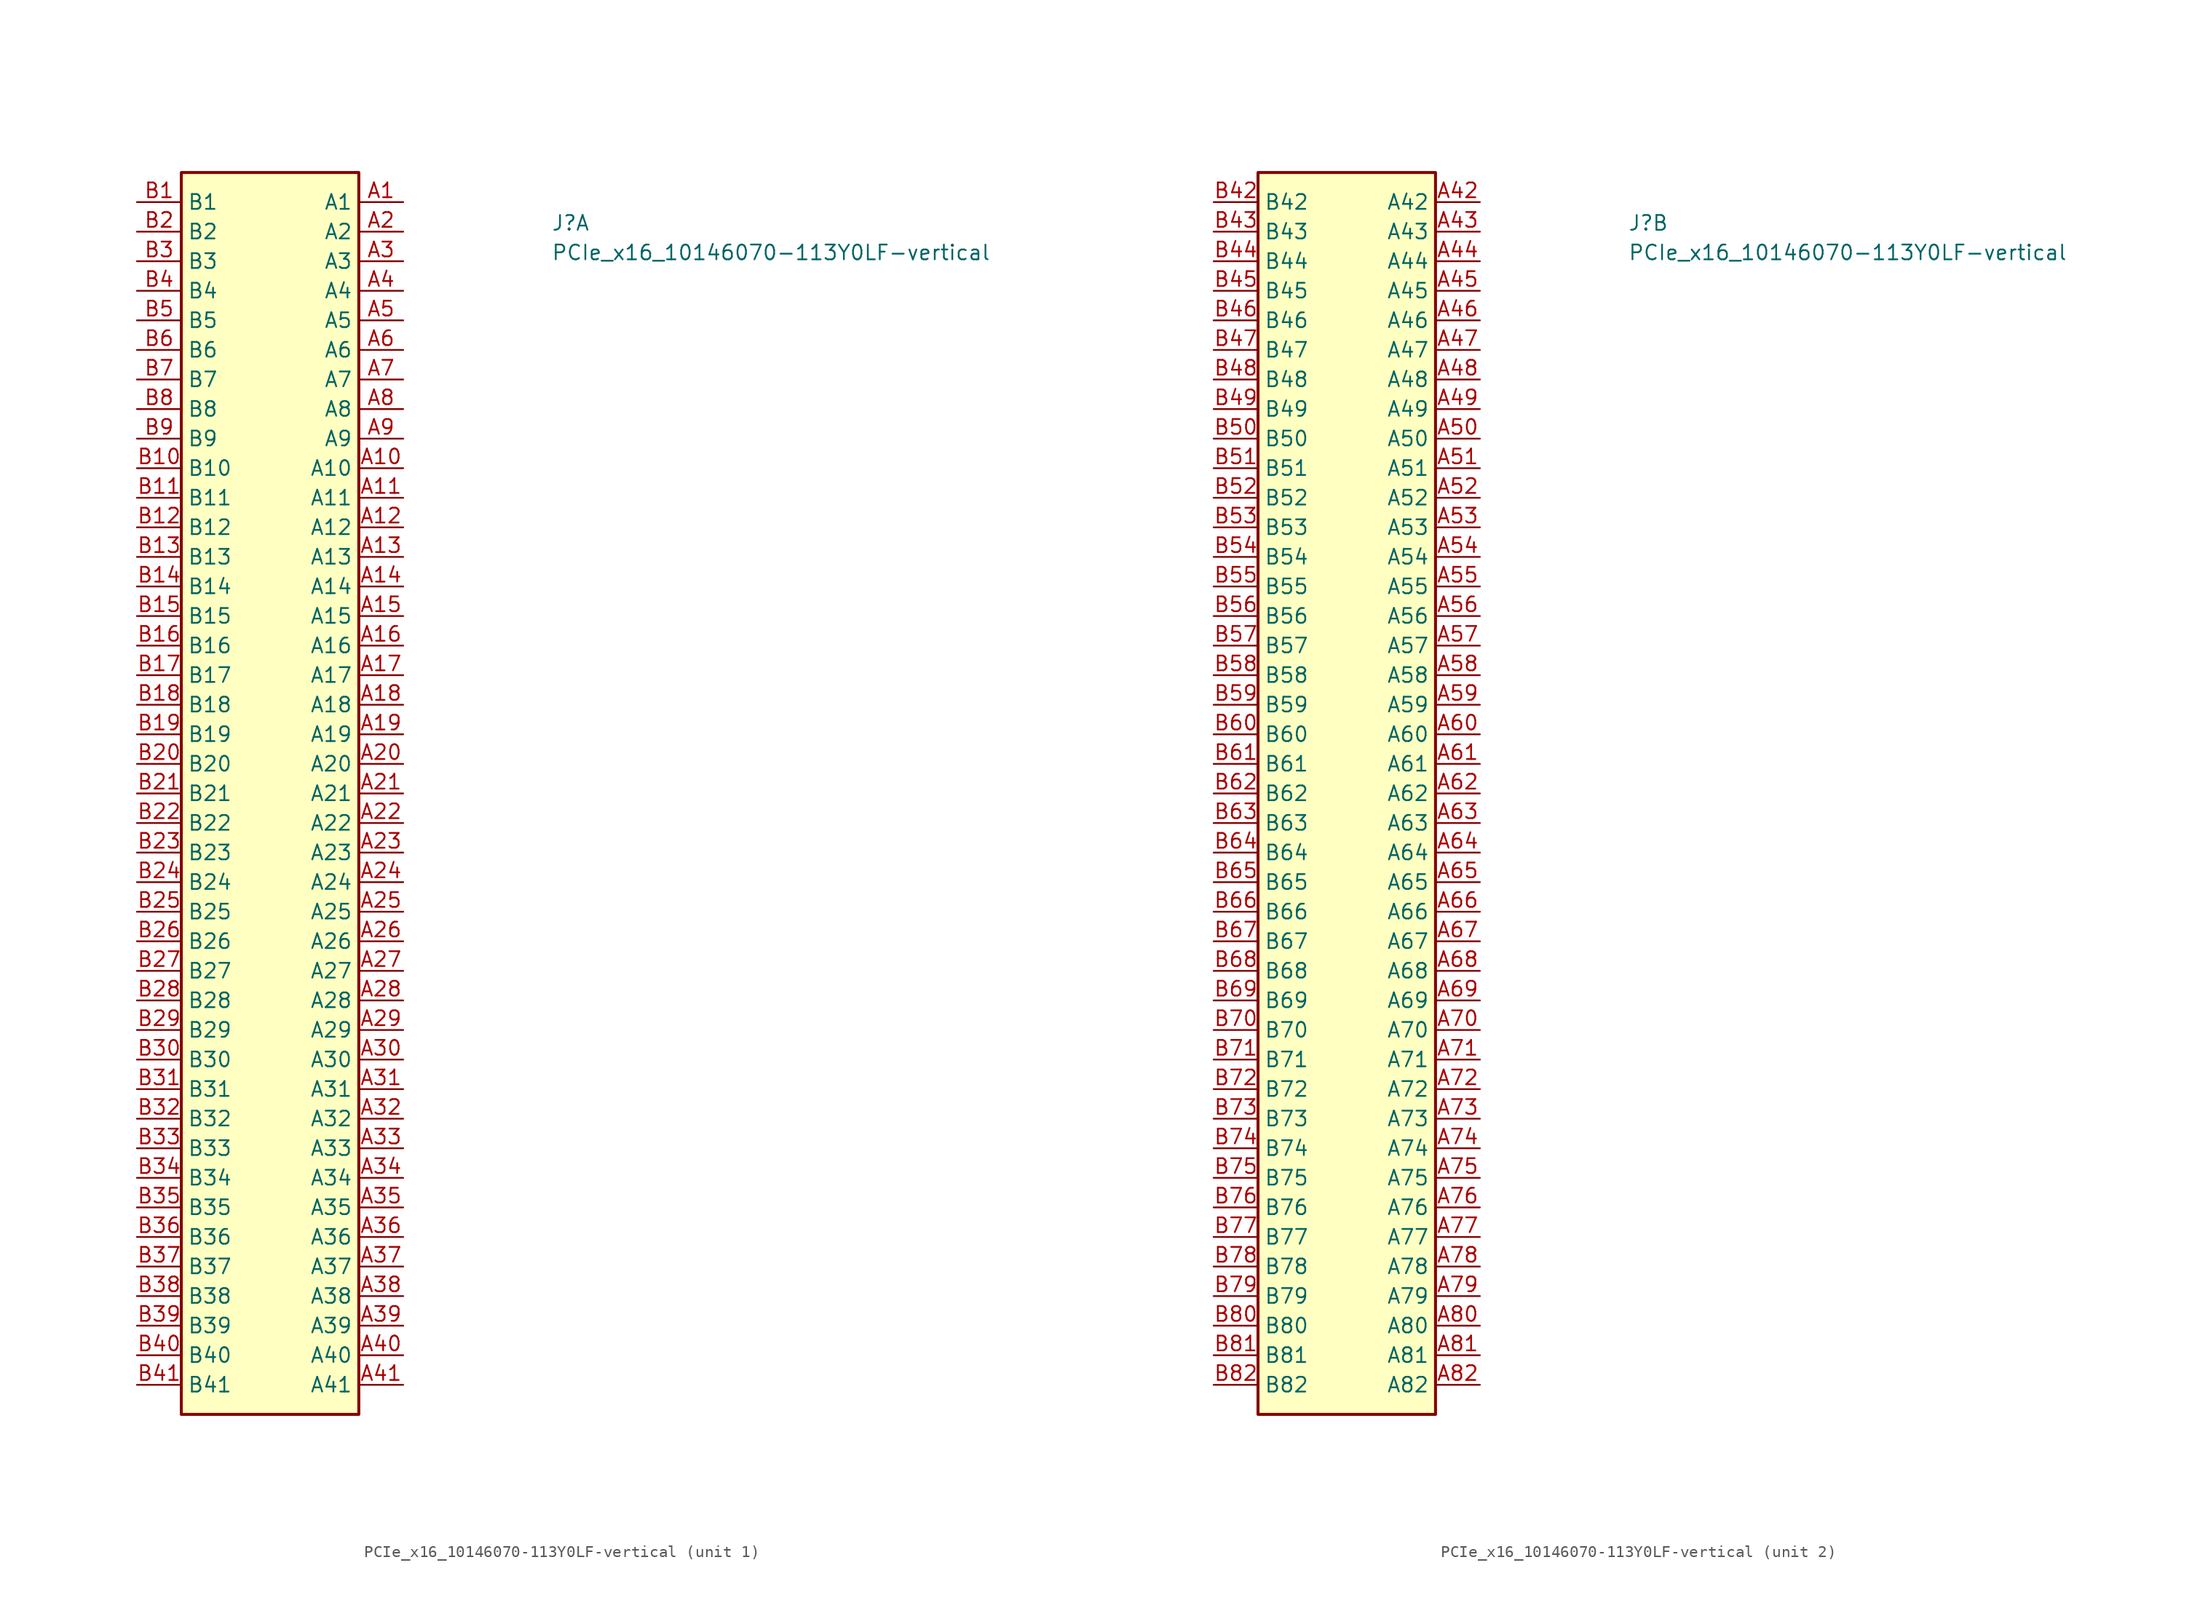
<source format=kicad_sym>
(kicad_symbol_lib
  (version 20211014)
  (generator kicad_symbol_editor)
  (symbol "PCIe_x16_10146070-113Y0LF-vertical"
    (property "Reference" "J"
      (at 35.56 -2.54 0)
      (effects (font (size 1.27 1.27) (thickness 0.15)) (justify left bottom)))
    (property "Value" "PCIe_x16_10146070-113Y0LF-vertical"
      (at 35.56 -5.08 0)
      (effects (font (size 1.27 1.27) (thickness 0.15)) (justify left bottom)))
    (symbol "PCIe_x16_10146070-113Y0LF-vertical_1_1"
      (rectangle (start 3.81 -104.14) (end 19.05 2.54) (stroke (width 0.254) (type default) (color 0 0 0 0)) (fill (type background)))
      (pin passive line (at 22.86 0 180) (length 3.81) (name "A1" (effects (font (size 1.27 1.27)))) (number "A1" (effects (font (size 1.27 1.27)))))
      (pin passive line (at 22.86 -22.86 180) (length 3.81) (name "A10" (effects (font (size 1.27 1.27)))) (number "A10" (effects (font (size 1.27 1.27)))))
      (pin passive line (at 22.86 -25.4 180) (length 3.81) (name "A11" (effects (font (size 1.27 1.27)))) (number "A11" (effects (font (size 1.27 1.27)))))
      (pin passive line (at 22.86 -27.94 180) (length 3.81) (name "A12" (effects (font (size 1.27 1.27)))) (number "A12" (effects (font (size 1.27 1.27)))))
      (pin passive line (at 22.86 -30.48 180) (length 3.81) (name "A13" (effects (font (size 1.27 1.27)))) (number "A13" (effects (font (size 1.27 1.27)))))
      (pin passive line (at 22.86 -33.02 180) (length 3.81) (name "A14" (effects (font (size 1.27 1.27)))) (number "A14" (effects (font (size 1.27 1.27)))))
      (pin passive line (at 22.86 -35.56 180) (length 3.81) (name "A15" (effects (font (size 1.27 1.27)))) (number "A15" (effects (font (size 1.27 1.27)))))
      (pin passive line (at 22.86 -38.1 180) (length 3.81) (name "A16" (effects (font (size 1.27 1.27)))) (number "A16" (effects (font (size 1.27 1.27)))))
      (pin passive line (at 22.86 -40.64 180) (length 3.81) (name "A17" (effects (font (size 1.27 1.27)))) (number "A17" (effects (font (size 1.27 1.27)))))
      (pin passive line (at 22.86 -43.18 180) (length 3.81) (name "A18" (effects (font (size 1.27 1.27)))) (number "A18" (effects (font (size 1.27 1.27)))))
      (pin passive line (at 22.86 -45.72 180) (length 3.81) (name "A19" (effects (font (size 1.27 1.27)))) (number "A19" (effects (font (size 1.27 1.27)))))
      (pin passive line (at 22.86 -2.54 180) (length 3.81) (name "A2" (effects (font (size 1.27 1.27)))) (number "A2" (effects (font (size 1.27 1.27)))))
      (pin passive line (at 22.86 -48.26 180) (length 3.81) (name "A20" (effects (font (size 1.27 1.27)))) (number "A20" (effects (font (size 1.27 1.27)))))
      (pin passive line (at 22.86 -50.8 180) (length 3.81) (name "A21" (effects (font (size 1.27 1.27)))) (number "A21" (effects (font (size 1.27 1.27)))))
      (pin passive line (at 22.86 -53.34 180) (length 3.81) (name "A22" (effects (font (size 1.27 1.27)))) (number "A22" (effects (font (size 1.27 1.27)))))
      (pin passive line (at 22.86 -55.88 180) (length 3.81) (name "A23" (effects (font (size 1.27 1.27)))) (number "A23" (effects (font (size 1.27 1.27)))))
      (pin passive line (at 22.86 -58.42 180) (length 3.81) (name "A24" (effects (font (size 1.27 1.27)))) (number "A24" (effects (font (size 1.27 1.27)))))
      (pin passive line (at 22.86 -60.96 180) (length 3.81) (name "A25" (effects (font (size 1.27 1.27)))) (number "A25" (effects (font (size 1.27 1.27)))))
      (pin passive line (at 22.86 -63.5 180) (length 3.81) (name "A26" (effects (font (size 1.27 1.27)))) (number "A26" (effects (font (size 1.27 1.27)))))
      (pin passive line (at 22.86 -66.04 180) (length 3.81) (name "A27" (effects (font (size 1.27 1.27)))) (number "A27" (effects (font (size 1.27 1.27)))))
      (pin passive line (at 22.86 -68.58 180) (length 3.81) (name "A28" (effects (font (size 1.27 1.27)))) (number "A28" (effects (font (size 1.27 1.27)))))
      (pin passive line (at 22.86 -71.12 180) (length 3.81) (name "A29" (effects (font (size 1.27 1.27)))) (number "A29" (effects (font (size 1.27 1.27)))))
      (pin passive line (at 22.86 -5.08 180) (length 3.81) (name "A3" (effects (font (size 1.27 1.27)))) (number "A3" (effects (font (size 1.27 1.27)))))
      (pin passive line (at 22.86 -73.66 180) (length 3.81) (name "A30" (effects (font (size 1.27 1.27)))) (number "A30" (effects (font (size 1.27 1.27)))))
      (pin passive line (at 22.86 -76.2 180) (length 3.81) (name "A31" (effects (font (size 1.27 1.27)))) (number "A31" (effects (font (size 1.27 1.27)))))
      (pin passive line (at 22.86 -78.74 180) (length 3.81) (name "A32" (effects (font (size 1.27 1.27)))) (number "A32" (effects (font (size 1.27 1.27)))))
      (pin passive line (at 22.86 -81.28 180) (length 3.81) (name "A33" (effects (font (size 1.27 1.27)))) (number "A33" (effects (font (size 1.27 1.27)))))
      (pin passive line (at 22.86 -83.82 180) (length 3.81) (name "A34" (effects (font (size 1.27 1.27)))) (number "A34" (effects (font (size 1.27 1.27)))))
      (pin passive line (at 22.86 -86.36 180) (length 3.81) (name "A35" (effects (font (size 1.27 1.27)))) (number "A35" (effects (font (size 1.27 1.27)))))
      (pin passive line (at 22.86 -88.9 180) (length 3.81) (name "A36" (effects (font (size 1.27 1.27)))) (number "A36" (effects (font (size 1.27 1.27)))))
      (pin passive line (at 22.86 -91.44 180) (length 3.81) (name "A37" (effects (font (size 1.27 1.27)))) (number "A37" (effects (font (size 1.27 1.27)))))
      (pin passive line (at 22.86 -93.98 180) (length 3.81) (name "A38" (effects (font (size 1.27 1.27)))) (number "A38" (effects (font (size 1.27 1.27)))))
      (pin passive line (at 22.86 -96.52 180) (length 3.81) (name "A39" (effects (font (size 1.27 1.27)))) (number "A39" (effects (font (size 1.27 1.27)))))
      (pin passive line (at 22.86 -7.62 180) (length 3.81) (name "A4" (effects (font (size 1.27 1.27)))) (number "A4" (effects (font (size 1.27 1.27)))))
      (pin passive line (at 22.86 -99.06 180) (length 3.81) (name "A40" (effects (font (size 1.27 1.27)))) (number "A40" (effects (font (size 1.27 1.27)))))
      (pin passive line (at 22.86 -101.6 180) (length 3.81) (name "A41" (effects (font (size 1.27 1.27)))) (number "A41" (effects (font (size 1.27 1.27)))))
      (pin passive line (at 22.86 -10.16 180) (length 3.81) (name "A5" (effects (font (size 1.27 1.27)))) (number "A5" (effects (font (size 1.27 1.27)))))
      (pin passive line (at 22.86 -12.7 180) (length 3.81) (name "A6" (effects (font (size 1.27 1.27)))) (number "A6" (effects (font (size 1.27 1.27)))))
      (pin passive line (at 22.86 -15.24 180) (length 3.81) (name "A7" (effects (font (size 1.27 1.27)))) (number "A7" (effects (font (size 1.27 1.27)))))
      (pin passive line (at 22.86 -17.78 180) (length 3.81) (name "A8" (effects (font (size 1.27 1.27)))) (number "A8" (effects (font (size 1.27 1.27)))))
      (pin passive line (at 22.86 -20.32 180) (length 3.81) (name "A9" (effects (font (size 1.27 1.27)))) (number "A9" (effects (font (size 1.27 1.27)))))
      (pin passive line (at 0 0 0) (length 3.81) (name "B1" (effects (font (size 1.27 1.27)))) (number "B1" (effects (font (size 1.27 1.27)))))
      (pin passive line (at 0 -22.86 0) (length 3.81) (name "B10" (effects (font (size 1.27 1.27)))) (number "B10" (effects (font (size 1.27 1.27)))))
      (pin passive line (at 0 -25.4 0) (length 3.81) (name "B11" (effects (font (size 1.27 1.27)))) (number "B11" (effects (font (size 1.27 1.27)))))
      (pin passive line (at 0 -27.94 0) (length 3.81) (name "B12" (effects (font (size 1.27 1.27)))) (number "B12" (effects (font (size 1.27 1.27)))))
      (pin passive line (at 0 -30.48 0) (length 3.81) (name "B13" (effects (font (size 1.27 1.27)))) (number "B13" (effects (font (size 1.27 1.27)))))
      (pin passive line (at 0 -33.02 0) (length 3.81) (name "B14" (effects (font (size 1.27 1.27)))) (number "B14" (effects (font (size 1.27 1.27)))))
      (pin passive line (at 0 -35.56 0) (length 3.81) (name "B15" (effects (font (size 1.27 1.27)))) (number "B15" (effects (font (size 1.27 1.27)))))
      (pin passive line (at 0 -38.1 0) (length 3.81) (name "B16" (effects (font (size 1.27 1.27)))) (number "B16" (effects (font (size 1.27 1.27)))))
      (pin passive line (at 0 -40.64 0) (length 3.81) (name "B17" (effects (font (size 1.27 1.27)))) (number "B17" (effects (font (size 1.27 1.27)))))
      (pin passive line (at 0 -43.18 0) (length 3.81) (name "B18" (effects (font (size 1.27 1.27)))) (number "B18" (effects (font (size 1.27 1.27)))))
      (pin passive line (at 0 -45.72 0) (length 3.81) (name "B19" (effects (font (size 1.27 1.27)))) (number "B19" (effects (font (size 1.27 1.27)))))
      (pin passive line (at 0 -2.54 0) (length 3.81) (name "B2" (effects (font (size 1.27 1.27)))) (number "B2" (effects (font (size 1.27 1.27)))))
      (pin passive line (at 0 -48.26 0) (length 3.81) (name "B20" (effects (font (size 1.27 1.27)))) (number "B20" (effects (font (size 1.27 1.27)))))
      (pin passive line (at 0 -50.8 0) (length 3.81) (name "B21" (effects (font (size 1.27 1.27)))) (number "B21" (effects (font (size 1.27 1.27)))))
      (pin passive line (at 0 -53.34 0) (length 3.81) (name "B22" (effects (font (size 1.27 1.27)))) (number "B22" (effects (font (size 1.27 1.27)))))
      (pin passive line (at 0 -55.88 0) (length 3.81) (name "B23" (effects (font (size 1.27 1.27)))) (number "B23" (effects (font (size 1.27 1.27)))))
      (pin passive line (at 0 -58.42 0) (length 3.81) (name "B24" (effects (font (size 1.27 1.27)))) (number "B24" (effects (font (size 1.27 1.27)))))
      (pin passive line (at 0 -60.96 0) (length 3.81) (name "B25" (effects (font (size 1.27 1.27)))) (number "B25" (effects (font (size 1.27 1.27)))))
      (pin passive line (at 0 -63.5 0) (length 3.81) (name "B26" (effects (font (size 1.27 1.27)))) (number "B26" (effects (font (size 1.27 1.27)))))
      (pin passive line (at 0 -66.04 0) (length 3.81) (name "B27" (effects (font (size 1.27 1.27)))) (number "B27" (effects (font (size 1.27 1.27)))))
      (pin passive line (at 0 -68.58 0) (length 3.81) (name "B28" (effects (font (size 1.27 1.27)))) (number "B28" (effects (font (size 1.27 1.27)))))
      (pin passive line (at 0 -71.12 0) (length 3.81) (name "B29" (effects (font (size 1.27 1.27)))) (number "B29" (effects (font (size 1.27 1.27)))))
      (pin passive line (at 0 -5.08 0) (length 3.81) (name "B3" (effects (font (size 1.27 1.27)))) (number "B3" (effects (font (size 1.27 1.27)))))
      (pin passive line (at 0 -73.66 0) (length 3.81) (name "B30" (effects (font (size 1.27 1.27)))) (number "B30" (effects (font (size 1.27 1.27)))))
      (pin passive line (at 0 -76.2 0) (length 3.81) (name "B31" (effects (font (size 1.27 1.27)))) (number "B31" (effects (font (size 1.27 1.27)))))
      (pin passive line (at 0 -78.74 0) (length 3.81) (name "B32" (effects (font (size 1.27 1.27)))) (number "B32" (effects (font (size 1.27 1.27)))))
      (pin passive line (at 0 -81.28 0) (length 3.81) (name "B33" (effects (font (size 1.27 1.27)))) (number "B33" (effects (font (size 1.27 1.27)))))
      (pin passive line (at 0 -83.82 0) (length 3.81) (name "B34" (effects (font (size 1.27 1.27)))) (number "B34" (effects (font (size 1.27 1.27)))))
      (pin passive line (at 0 -86.36 0) (length 3.81) (name "B35" (effects (font (size 1.27 1.27)))) (number "B35" (effects (font (size 1.27 1.27)))))
      (pin passive line (at 0 -88.9 0) (length 3.81) (name "B36" (effects (font (size 1.27 1.27)))) (number "B36" (effects (font (size 1.27 1.27)))))
      (pin passive line (at 0 -91.44 0) (length 3.81) (name "B37" (effects (font (size 1.27 1.27)))) (number "B37" (effects (font (size 1.27 1.27)))))
      (pin passive line (at 0 -93.98 0) (length 3.81) (name "B38" (effects (font (size 1.27 1.27)))) (number "B38" (effects (font (size 1.27 1.27)))))
      (pin passive line (at 0 -96.52 0) (length 3.81) (name "B39" (effects (font (size 1.27 1.27)))) (number "B39" (effects (font (size 1.27 1.27)))))
      (pin passive line (at 0 -7.62 0) (length 3.81) (name "B4" (effects (font (size 1.27 1.27)))) (number "B4" (effects (font (size 1.27 1.27)))))
      (pin passive line (at 0 -99.06 0) (length 3.81) (name "B40" (effects (font (size 1.27 1.27)))) (number "B40" (effects (font (size 1.27 1.27)))))
      (pin passive line (at 0 -101.6 0) (length 3.81) (name "B41" (effects (font (size 1.27 1.27)))) (number "B41" (effects (font (size 1.27 1.27)))))
      (pin passive line (at 0 -10.16 0) (length 3.81) (name "B5" (effects (font (size 1.27 1.27)))) (number "B5" (effects (font (size 1.27 1.27)))))
      (pin passive line (at 0 -12.7 0) (length 3.81) (name "B6" (effects (font (size 1.27 1.27)))) (number "B6" (effects (font (size 1.27 1.27)))))
      (pin passive line (at 0 -15.24 0) (length 3.81) (name "B7" (effects (font (size 1.27 1.27)))) (number "B7" (effects (font (size 1.27 1.27)))))
      (pin passive line (at 0 -17.78 0) (length 3.81) (name "B8" (effects (font (size 1.27 1.27)))) (number "B8" (effects (font (size 1.27 1.27)))))
      (pin passive line (at 0 -20.32 0) (length 3.81) (name "B9" (effects (font (size 1.27 1.27)))) (number "B9" (effects (font (size 1.27 1.27))))))
    (symbol "PCIe_x16_10146070-113Y0LF-vertical_2_1"
      (rectangle (start 3.81 -104.14) (end 19.05 2.54) (stroke (width 0.254) (type default) (color 0 0 0 0)) (fill (type background)))
      (pin passive line (at 22.86 0 180) (length 3.81) (name "A42" (effects (font (size 1.27 1.27)))) (number "A42" (effects (font (size 1.27 1.27)))))
      (pin passive line (at 22.86 -2.54 180) (length 3.81) (name "A43" (effects (font (size 1.27 1.27)))) (number "A43" (effects (font (size 1.27 1.27)))))
      (pin passive line (at 22.86 -5.08 180) (length 3.81) (name "A44" (effects (font (size 1.27 1.27)))) (number "A44" (effects (font (size 1.27 1.27)))))
      (pin passive line (at 22.86 -7.62 180) (length 3.81) (name "A45" (effects (font (size 1.27 1.27)))) (number "A45" (effects (font (size 1.27 1.27)))))
      (pin passive line (at 22.86 -10.16 180) (length 3.81) (name "A46" (effects (font (size 1.27 1.27)))) (number "A46" (effects (font (size 1.27 1.27)))))
      (pin passive line (at 22.86 -12.7 180) (length 3.81) (name "A47" (effects (font (size 1.27 1.27)))) (number "A47" (effects (font (size 1.27 1.27)))))
      (pin passive line (at 22.86 -15.24 180) (length 3.81) (name "A48" (effects (font (size 1.27 1.27)))) (number "A48" (effects (font (size 1.27 1.27)))))
      (pin passive line (at 22.86 -17.78 180) (length 3.81) (name "A49" (effects (font (size 1.27 1.27)))) (number "A49" (effects (font (size 1.27 1.27)))))
      (pin passive line (at 22.86 -20.32 180) (length 3.81) (name "A50" (effects (font (size 1.27 1.27)))) (number "A50" (effects (font (size 1.27 1.27)))))
      (pin passive line (at 22.86 -22.86 180) (length 3.81) (name "A51" (effects (font (size 1.27 1.27)))) (number "A51" (effects (font (size 1.27 1.27)))))
      (pin passive line (at 22.86 -25.4 180) (length 3.81) (name "A52" (effects (font (size 1.27 1.27)))) (number "A52" (effects (font (size 1.27 1.27)))))
      (pin passive line (at 22.86 -27.94 180) (length 3.81) (name "A53" (effects (font (size 1.27 1.27)))) (number "A53" (effects (font (size 1.27 1.27)))))
      (pin passive line (at 22.86 -30.48 180) (length 3.81) (name "A54" (effects (font (size 1.27 1.27)))) (number "A54" (effects (font (size 1.27 1.27)))))
      (pin passive line (at 22.86 -33.02 180) (length 3.81) (name "A55" (effects (font (size 1.27 1.27)))) (number "A55" (effects (font (size 1.27 1.27)))))
      (pin passive line (at 22.86 -35.56 180) (length 3.81) (name "A56" (effects (font (size 1.27 1.27)))) (number "A56" (effects (font (size 1.27 1.27)))))
      (pin passive line (at 22.86 -38.1 180) (length 3.81) (name "A57" (effects (font (size 1.27 1.27)))) (number "A57" (effects (font (size 1.27 1.27)))))
      (pin passive line (at 22.86 -40.64 180) (length 3.81) (name "A58" (effects (font (size 1.27 1.27)))) (number "A58" (effects (font (size 1.27 1.27)))))
      (pin passive line (at 22.86 -43.18 180) (length 3.81) (name "A59" (effects (font (size 1.27 1.27)))) (number "A59" (effects (font (size 1.27 1.27)))))
      (pin passive line (at 22.86 -45.72 180) (length 3.81) (name "A60" (effects (font (size 1.27 1.27)))) (number "A60" (effects (font (size 1.27 1.27)))))
      (pin passive line (at 22.86 -48.26 180) (length 3.81) (name "A61" (effects (font (size 1.27 1.27)))) (number "A61" (effects (font (size 1.27 1.27)))))
      (pin passive line (at 22.86 -50.8 180) (length 3.81) (name "A62" (effects (font (size 1.27 1.27)))) (number "A62" (effects (font (size 1.27 1.27)))))
      (pin passive line (at 22.86 -53.34 180) (length 3.81) (name "A63" (effects (font (size 1.27 1.27)))) (number "A63" (effects (font (size 1.27 1.27)))))
      (pin passive line (at 22.86 -55.88 180) (length 3.81) (name "A64" (effects (font (size 1.27 1.27)))) (number "A64" (effects (font (size 1.27 1.27)))))
      (pin passive line (at 22.86 -58.42 180) (length 3.81) (name "A65" (effects (font (size 1.27 1.27)))) (number "A65" (effects (font (size 1.27 1.27)))))
      (pin passive line (at 22.86 -60.96 180) (length 3.81) (name "A66" (effects (font (size 1.27 1.27)))) (number "A66" (effects (font (size 1.27 1.27)))))
      (pin passive line (at 22.86 -63.5 180) (length 3.81) (name "A67" (effects (font (size 1.27 1.27)))) (number "A67" (effects (font (size 1.27 1.27)))))
      (pin passive line (at 22.86 -66.04 180) (length 3.81) (name "A68" (effects (font (size 1.27 1.27)))) (number "A68" (effects (font (size 1.27 1.27)))))
      (pin passive line (at 22.86 -68.58 180) (length 3.81) (name "A69" (effects (font (size 1.27 1.27)))) (number "A69" (effects (font (size 1.27 1.27)))))
      (pin passive line (at 22.86 -71.12 180) (length 3.81) (name "A70" (effects (font (size 1.27 1.27)))) (number "A70" (effects (font (size 1.27 1.27)))))
      (pin passive line (at 22.86 -73.66 180) (length 3.81) (name "A71" (effects (font (size 1.27 1.27)))) (number "A71" (effects (font (size 1.27 1.27)))))
      (pin passive line (at 22.86 -76.2 180) (length 3.81) (name "A72" (effects (font (size 1.27 1.27)))) (number "A72" (effects (font (size 1.27 1.27)))))
      (pin passive line (at 22.86 -78.74 180) (length 3.81) (name "A73" (effects (font (size 1.27 1.27)))) (number "A73" (effects (font (size 1.27 1.27)))))
      (pin passive line (at 22.86 -81.28 180) (length 3.81) (name "A74" (effects (font (size 1.27 1.27)))) (number "A74" (effects (font (size 1.27 1.27)))))
      (pin passive line (at 22.86 -83.82 180) (length 3.81) (name "A75" (effects (font (size 1.27 1.27)))) (number "A75" (effects (font (size 1.27 1.27)))))
      (pin passive line (at 22.86 -86.36 180) (length 3.81) (name "A76" (effects (font (size 1.27 1.27)))) (number "A76" (effects (font (size 1.27 1.27)))))
      (pin passive line (at 22.86 -88.9 180) (length 3.81) (name "A77" (effects (font (size 1.27 1.27)))) (number "A77" (effects (font (size 1.27 1.27)))))
      (pin passive line (at 22.86 -91.44 180) (length 3.81) (name "A78" (effects (font (size 1.27 1.27)))) (number "A78" (effects (font (size 1.27 1.27)))))
      (pin passive line (at 22.86 -93.98 180) (length 3.81) (name "A79" (effects (font (size 1.27 1.27)))) (number "A79" (effects (font (size 1.27 1.27)))))
      (pin passive line (at 22.86 -96.52 180) (length 3.81) (name "A80" (effects (font (size 1.27 1.27)))) (number "A80" (effects (font (size 1.27 1.27)))))
      (pin passive line (at 22.86 -99.06 180) (length 3.81) (name "A81" (effects (font (size 1.27 1.27)))) (number "A81" (effects (font (size 1.27 1.27)))))
      (pin passive line (at 22.86 -101.6 180) (length 3.81) (name "A82" (effects (font (size 1.27 1.27)))) (number "A82" (effects (font (size 1.27 1.27)))))
      (pin passive line (at 0 0 0) (length 3.81) (name "B42" (effects (font (size 1.27 1.27)))) (number "B42" (effects (font (size 1.27 1.27)))))
      (pin passive line (at 0 -2.54 0) (length 3.81) (name "B43" (effects (font (size 1.27 1.27)))) (number "B43" (effects (font (size 1.27 1.27)))))
      (pin passive line (at 0 -5.08 0) (length 3.81) (name "B44" (effects (font (size 1.27 1.27)))) (number "B44" (effects (font (size 1.27 1.27)))))
      (pin passive line (at 0 -7.62 0) (length 3.81) (name "B45" (effects (font (size 1.27 1.27)))) (number "B45" (effects (font (size 1.27 1.27)))))
      (pin passive line (at 0 -10.16 0) (length 3.81) (name "B46" (effects (font (size 1.27 1.27)))) (number "B46" (effects (font (size 1.27 1.27)))))
      (pin passive line (at 0 -12.7 0) (length 3.81) (name "B47" (effects (font (size 1.27 1.27)))) (number "B47" (effects (font (size 1.27 1.27)))))
      (pin passive line (at 0 -15.24 0) (length 3.81) (name "B48" (effects (font (size 1.27 1.27)))) (number "B48" (effects (font (size 1.27 1.27)))))
      (pin passive line (at 0 -17.78 0) (length 3.81) (name "B49" (effects (font (size 1.27 1.27)))) (number "B49" (effects (font (size 1.27 1.27)))))
      (pin passive line (at 0 -20.32 0) (length 3.81) (name "B50" (effects (font (size 1.27 1.27)))) (number "B50" (effects (font (size 1.27 1.27)))))
      (pin passive line (at 0 -22.86 0) (length 3.81) (name "B51" (effects (font (size 1.27 1.27)))) (number "B51" (effects (font (size 1.27 1.27)))))
      (pin passive line (at 0 -25.4 0) (length 3.81) (name "B52" (effects (font (size 1.27 1.27)))) (number "B52" (effects (font (size 1.27 1.27)))))
      (pin passive line (at 0 -27.94 0) (length 3.81) (name "B53" (effects (font (size 1.27 1.27)))) (number "B53" (effects (font (size 1.27 1.27)))))
      (pin passive line (at 0 -30.48 0) (length 3.81) (name "B54" (effects (font (size 1.27 1.27)))) (number "B54" (effects (font (size 1.27 1.27)))))
      (pin passive line (at 0 -33.02 0) (length 3.81) (name "B55" (effects (font (size 1.27 1.27)))) (number "B55" (effects (font (size 1.27 1.27)))))
      (pin passive line (at 0 -35.56 0) (length 3.81) (name "B56" (effects (font (size 1.27 1.27)))) (number "B56" (effects (font (size 1.27 1.27)))))
      (pin passive line (at 0 -38.1 0) (length 3.81) (name "B57" (effects (font (size 1.27 1.27)))) (number "B57" (effects (font (size 1.27 1.27)))))
      (pin passive line (at 0 -40.64 0) (length 3.81) (name "B58" (effects (font (size 1.27 1.27)))) (number "B58" (effects (font (size 1.27 1.27)))))
      (pin passive line (at 0 -43.18 0) (length 3.81) (name "B59" (effects (font (size 1.27 1.27)))) (number "B59" (effects (font (size 1.27 1.27)))))
      (pin passive line (at 0 -45.72 0) (length 3.81) (name "B60" (effects (font (size 1.27 1.27)))) (number "B60" (effects (font (size 1.27 1.27)))))
      (pin passive line (at 0 -48.26 0) (length 3.81) (name "B61" (effects (font (size 1.27 1.27)))) (number "B61" (effects (font (size 1.27 1.27)))))
      (pin passive line (at 0 -50.8 0) (length 3.81) (name "B62" (effects (font (size 1.27 1.27)))) (number "B62" (effects (font (size 1.27 1.27)))))
      (pin passive line (at 0 -53.34 0) (length 3.81) (name "B63" (effects (font (size 1.27 1.27)))) (number "B63" (effects (font (size 1.27 1.27)))))
      (pin passive line (at 0 -55.88 0) (length 3.81) (name "B64" (effects (font (size 1.27 1.27)))) (number "B64" (effects (font (size 1.27 1.27)))))
      (pin passive line (at 0 -58.42 0) (length 3.81) (name "B65" (effects (font (size 1.27 1.27)))) (number "B65" (effects (font (size 1.27 1.27)))))
      (pin passive line (at 0 -60.96 0) (length 3.81) (name "B66" (effects (font (size 1.27 1.27)))) (number "B66" (effects (font (size 1.27 1.27)))))
      (pin passive line (at 0 -63.5 0) (length 3.81) (name "B67" (effects (font (size 1.27 1.27)))) (number "B67" (effects (font (size 1.27 1.27)))))
      (pin passive line (at 0 -66.04 0) (length 3.81) (name "B68" (effects (font (size 1.27 1.27)))) (number "B68" (effects (font (size 1.27 1.27)))))
      (pin passive line (at 0 -68.58 0) (length 3.81) (name "B69" (effects (font (size 1.27 1.27)))) (number "B69" (effects (font (size 1.27 1.27)))))
      (pin passive line (at 0 -71.12 0) (length 3.81) (name "B70" (effects (font (size 1.27 1.27)))) (number "B70" (effects (font (size 1.27 1.27)))))
      (pin passive line (at 0 -73.66 0) (length 3.81) (name "B71" (effects (font (size 1.27 1.27)))) (number "B71" (effects (font (size 1.27 1.27)))))
      (pin passive line (at 0 -76.2 0) (length 3.81) (name "B72" (effects (font (size 1.27 1.27)))) (number "B72" (effects (font (size 1.27 1.27)))))
      (pin passive line (at 0 -78.74 0) (length 3.81) (name "B73" (effects (font (size 1.27 1.27)))) (number "B73" (effects (font (size 1.27 1.27)))))
      (pin passive line (at 0 -81.28 0) (length 3.81) (name "B74" (effects (font (size 1.27 1.27)))) (number "B74" (effects (font (size 1.27 1.27)))))
      (pin passive line (at 0 -83.82 0) (length 3.81) (name "B75" (effects (font (size 1.27 1.27)))) (number "B75" (effects (font (size 1.27 1.27)))))
      (pin passive line (at 0 -86.36 0) (length 3.81) (name "B76" (effects (font (size 1.27 1.27)))) (number "B76" (effects (font (size 1.27 1.27)))))
      (pin passive line (at 0 -88.9 0) (length 3.81) (name "B77" (effects (font (size 1.27 1.27)))) (number "B77" (effects (font (size 1.27 1.27)))))
      (pin passive line (at 0 -91.44 0) (length 3.81) (name "B78" (effects (font (size 1.27 1.27)))) (number "B78" (effects (font (size 1.27 1.27)))))
      (pin passive line (at 0 -93.98 0) (length 3.81) (name "B79" (effects (font (size 1.27 1.27)))) (number "B79" (effects (font (size 1.27 1.27)))))
      (pin passive line (at 0 -96.52 0) (length 3.81) (name "B80" (effects (font (size 1.27 1.27)))) (number "B80" (effects (font (size 1.27 1.27)))))
      (pin passive line (at 0 -99.06 0) (length 3.81) (name "B81" (effects (font (size 1.27 1.27)))) (number "B81" (effects (font (size 1.27 1.27)))))
      (pin passive line (at 0 -101.6 0) (length 3.81) (name "B82" (effects (font (size 1.27 1.27)))) (number "B82" (effects (font (size 1.27 1.27))))))))
</source>
